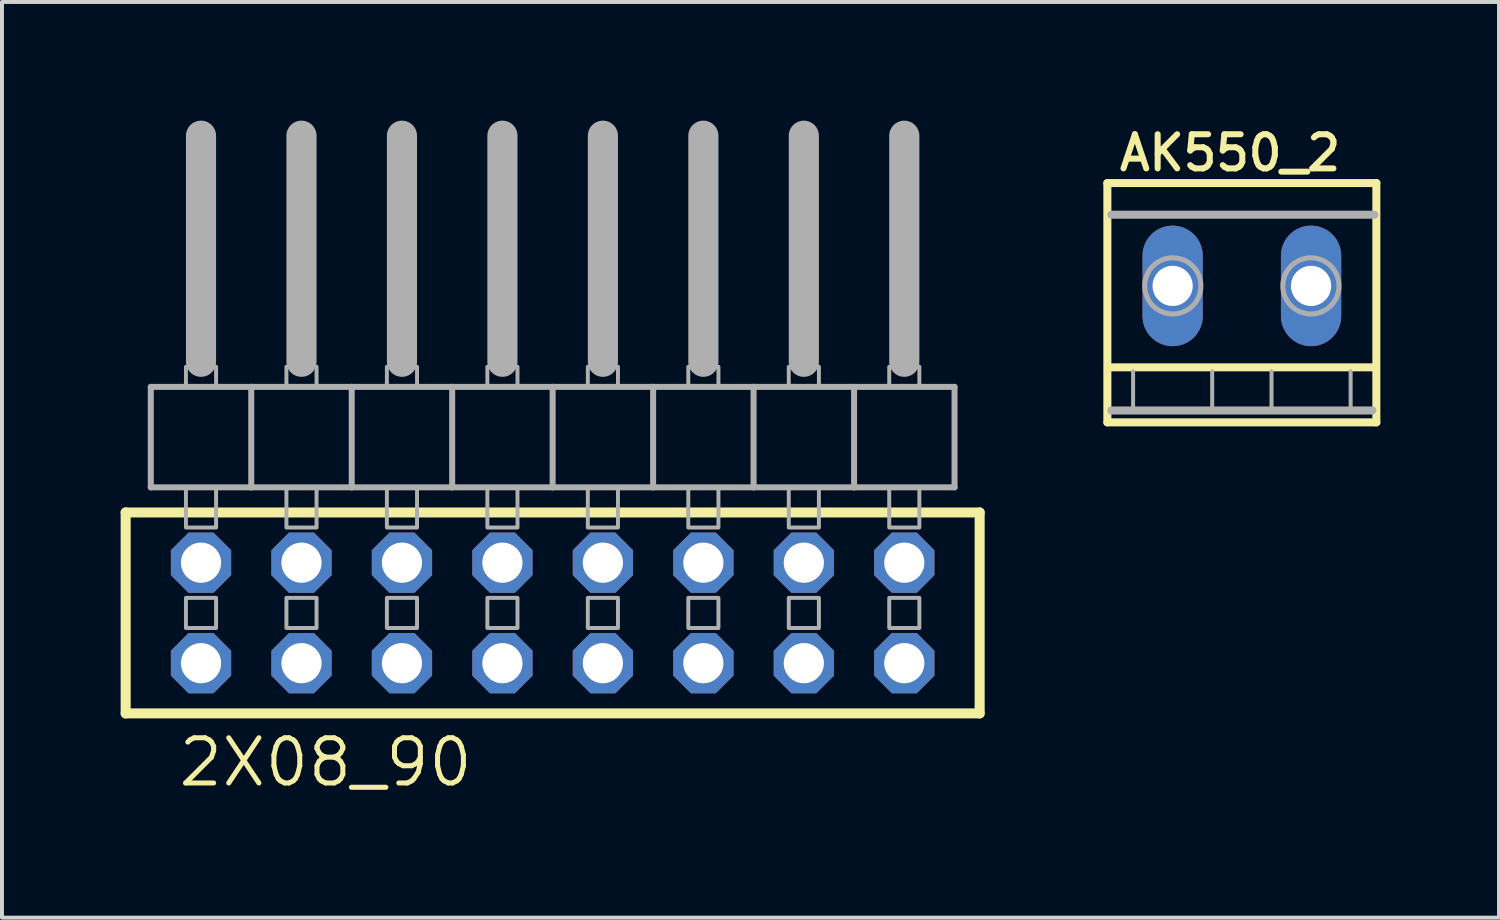
<source format=kicad_pcb>
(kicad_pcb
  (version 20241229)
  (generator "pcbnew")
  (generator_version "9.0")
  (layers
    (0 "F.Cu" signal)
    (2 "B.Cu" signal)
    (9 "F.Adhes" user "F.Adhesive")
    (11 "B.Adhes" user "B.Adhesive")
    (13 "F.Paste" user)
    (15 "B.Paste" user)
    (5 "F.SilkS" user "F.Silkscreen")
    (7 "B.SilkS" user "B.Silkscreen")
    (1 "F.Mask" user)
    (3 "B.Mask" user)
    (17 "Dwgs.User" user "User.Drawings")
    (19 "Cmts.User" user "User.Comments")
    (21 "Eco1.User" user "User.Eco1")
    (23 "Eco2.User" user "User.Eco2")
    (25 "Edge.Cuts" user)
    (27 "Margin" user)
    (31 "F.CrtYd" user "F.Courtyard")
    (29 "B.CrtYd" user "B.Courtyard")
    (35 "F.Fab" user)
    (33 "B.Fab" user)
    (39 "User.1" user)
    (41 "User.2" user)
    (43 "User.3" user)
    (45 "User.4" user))
  (footprint "AK550_2"
    (layer "F.Cu")
    (at 28.346 4.178)
    (property "Reference" "AK550_2" (at -3.175 -2.857 0) (unlocked yes) (layer "F.SilkS") (effects (font (size 0.864 0.864) (thickness 0.152)) (justify left bottom)))
    (fp_line (start -3.4 -2.6) (end 3.4 -2.6) (stroke (width 0.203) (type solid)) (layer "F.SilkS"))
    (fp_line (start -3.4 3.45) (end -3.4 -2.6) (stroke (width 0.203) (type solid)) (layer "F.SilkS"))
    (fp_line (start 3.3 2.059) (end -3.3 2.059) (stroke (width 0.203) (type solid)) (layer "F.SilkS"))
    (fp_line (start 3.4 -2.6) (end 3.4 3.45) (stroke (width 0.203) (type solid)) (layer "F.SilkS"))
    (fp_line (start 3.4 3.45) (end -3.4 3.45) (stroke (width 0.203) (type solid)) (layer "F.SilkS"))
    (fp_line (start -3.3 3.15) (end 3.3 3.15) (stroke (width 0.203) (type solid)) (layer "F.Fab"))
    (fp_line (start -2.75 2.159) (end -2.75 3.159) (stroke (width 0.102) (type solid)) (layer "F.Fab"))
    (fp_line (start -0.75 2.159) (end -0.75 3.159) (stroke (width 0.102) (type solid)) (layer "F.Fab"))
    (fp_line (start 0.75 2.159) (end 0.75 3.159) (stroke (width 0.102) (type solid)) (layer "F.Fab"))
    (fp_line (start 2.75 2.159) (end 2.75 3.159) (stroke (width 0.102) (type solid)) (layer "F.Fab"))
    (fp_line (start 3.35 -1.8) (end -3.3 -1.8) (stroke (width 0.203) (type solid)) (layer "F.Fab"))
    (fp_circle (center -1.746 0) (end -1.036 0) (stroke (width 0.127) (type solid)) (fill no) (layer "F.Fab"))
    (fp_circle (center 1.746 0) (end 2.456 0) (stroke (width 0.127) (type solid)) (fill no) (layer "F.Fab"))
    (pad "1" thru_hole oval (at -1.75 0 90) (size 3.048 1.524) (drill 1.016) (layers "*.Cu" "*.Mask"))
    (pad "2" thru_hole oval (at 1.75 0 90) (size 3.048 1.524) (drill 1.016) (layers "*.Cu" "*.Mask")))
  (footprint "2X08_90"
    (layer "F.Cu")
    (at 10.922 7.366)
    (property "Reference" "2X08_90" (at -9.525 9.525 0) (unlocked yes) (layer "F.SilkS") (effects (font (size 1.143 1.143) (thickness 0.127)) (justify left bottom)))
    (fp_line (start -10.795 2.54) (end 10.795 2.54) (stroke (width 0.254) (type solid)) (layer "F.SilkS"))
    (fp_line (start -10.795 7.62) (end -10.795 2.54) (stroke (width 0.254) (type solid)) (layer "F.SilkS"))
    (fp_line (start 10.795 2.54) (end 10.795 7.62) (stroke (width 0.254) (type solid)) (layer "F.SilkS"))
    (fp_line (start 10.795 7.62) (end -10.795 7.62) (stroke (width 0.254) (type solid)) (layer "F.SilkS"))
    (fp_line (start -10.16 -0.635) (end -10.16 1.905) (stroke (width 0.152) (type solid)) (layer "F.Fab"))
    (fp_line (start -10.16 1.905) (end -7.62 1.905) (stroke (width 0.152) (type solid)) (layer "F.Fab"))
    (fp_line (start -8.89 -6.985) (end -8.89 -1.27) (stroke (width 0.762) (type solid)) (layer "F.Fab"))
    (fp_line (start -7.62 -0.635) (end -10.16 -0.635) (stroke (width 0.152) (type solid)) (layer "F.Fab"))
    (fp_line (start -7.62 1.905) (end -7.62 -0.635) (stroke (width 0.152) (type solid)) (layer "F.Fab"))
    (fp_line (start -7.62 1.905) (end -5.08 1.905) (stroke (width 0.152) (type solid)) (layer "F.Fab"))
    (fp_line (start -6.35 -6.985) (end -6.35 -1.27) (stroke (width 0.762) (type solid)) (layer "F.Fab"))
    (fp_line (start -5.08 -0.635) (end -7.62 -0.635) (stroke (width 0.152) (type solid)) (layer "F.Fab"))
    (fp_line (start -5.08 1.905) (end -5.08 -0.635) (stroke (width 0.152) (type solid)) (layer "F.Fab"))
    (fp_line (start -5.08 1.905) (end -2.54 1.905) (stroke (width 0.152) (type solid)) (layer "F.Fab"))
    (fp_line (start -3.81 -6.985) (end -3.81 -1.27) (stroke (width 0.762) (type solid)) (layer "F.Fab"))
    (fp_line (start -2.54 -0.635) (end -5.08 -0.635) (stroke (width 0.152) (type solid)) (layer "F.Fab"))
    (fp_line (start -2.54 1.905) (end -2.54 -0.635) (stroke (width 0.152) (type solid)) (layer "F.Fab"))
    (fp_line (start -2.54 1.905) (end 0 1.905) (stroke (width 0.152) (type solid)) (layer "F.Fab"))
    (fp_line (start -1.27 -6.985) (end -1.27 -1.27) (stroke (width 0.762) (type solid)) (layer "F.Fab"))
    (fp_line (start 0 -0.635) (end -2.54 -0.635) (stroke (width 0.152) (type solid)) (layer "F.Fab"))
    (fp_line (start 0 1.905) (end 0 -0.635) (stroke (width 0.152) (type solid)) (layer "F.Fab"))
    (fp_line (start 0 1.905) (end 2.54 1.905) (stroke (width 0.152) (type solid)) (layer "F.Fab"))
    (fp_line (start 1.27 -6.985) (end 1.27 -1.27) (stroke (width 0.762) (type solid)) (layer "F.Fab"))
    (fp_line (start 2.54 -0.635) (end 0 -0.635) (stroke (width 0.152) (type solid)) (layer "F.Fab"))
    (fp_line (start 2.54 1.905) (end 2.54 -0.635) (stroke (width 0.152) (type solid)) (layer "F.Fab"))
    (fp_line (start 2.54 1.905) (end 5.08 1.905) (stroke (width 0.152) (type solid)) (layer "F.Fab"))
    (fp_line (start 3.81 -6.985) (end 3.81 -1.27) (stroke (width 0.762) (type solid)) (layer "F.Fab"))
    (fp_line (start 5.08 -0.635) (end 2.54 -0.635) (stroke (width 0.152) (type solid)) (layer "F.Fab"))
    (fp_line (start 5.08 1.905) (end 5.08 -0.635) (stroke (width 0.152) (type solid)) (layer "F.Fab"))
    (fp_line (start 5.08 1.905) (end 7.62 1.905) (stroke (width 0.152) (type solid)) (layer "F.Fab"))
    (fp_line (start 6.35 -6.985) (end 6.35 -1.27) (stroke (width 0.762) (type solid)) (layer "F.Fab"))
    (fp_line (start 7.62 -0.635) (end 5.08 -0.635) (stroke (width 0.152) (type solid)) (layer "F.Fab"))
    (fp_line (start 7.62 1.905) (end 7.62 -0.635) (stroke (width 0.152) (type solid)) (layer "F.Fab"))
    (fp_line (start 7.62 1.905) (end 10.16 1.905) (stroke (width 0.152) (type solid)) (layer "F.Fab"))
    (fp_line (start 8.89 -6.985) (end 8.89 -1.27) (stroke (width 0.762) (type solid)) (layer "F.Fab"))
    (fp_line (start 10.16 -0.635) (end 7.62 -0.635) (stroke (width 0.152) (type solid)) (layer "F.Fab"))
    (fp_line (start 10.16 1.905) (end 10.16 -0.635) (stroke (width 0.152) (type solid)) (layer "F.Fab"))
    (fp_poly (pts (xy -9.271 -0.635) (xy -8.509 -0.635) (xy -8.509 -1.143) (xy -9.271 -1.143)) (stroke (width 0.1) (type default)) (fill no) (layer "F.Fab"))
    (fp_poly (pts (xy -9.271 2.921) (xy -8.509 2.921) (xy -8.509 1.905) (xy -9.271 1.905)) (stroke (width 0.1) (type default)) (fill no) (layer "F.Fab"))
    (fp_poly (pts (xy -9.271 5.461) (xy -8.509 5.461) (xy -8.509 4.699) (xy -9.271 4.699)) (stroke (width 0.1) (type default)) (fill no) (layer "F.Fab"))
    (fp_poly (pts (xy -6.731 -0.635) (xy -5.969 -0.635) (xy -5.969 -1.143) (xy -6.731 -1.143)) (stroke (width 0.1) (type default)) (fill no) (layer "F.Fab"))
    (fp_poly (pts (xy -6.731 2.921) (xy -5.969 2.921) (xy -5.969 1.905) (xy -6.731 1.905)) (stroke (width 0.1) (type default)) (fill no) (layer "F.Fab"))
    (fp_poly (pts (xy -6.731 5.461) (xy -5.969 5.461) (xy -5.969 4.699) (xy -6.731 4.699)) (stroke (width 0.1) (type default)) (fill no) (layer "F.Fab"))
    (fp_poly (pts (xy -4.191 -0.635) (xy -3.429 -0.635) (xy -3.429 -1.143) (xy -4.191 -1.143)) (stroke (width 0.1) (type default)) (fill no) (layer "F.Fab"))
    (fp_poly (pts (xy -4.191 2.921) (xy -3.429 2.921) (xy -3.429 1.905) (xy -4.191 1.905)) (stroke (width 0.1) (type default)) (fill no) (layer "F.Fab"))
    (fp_poly (pts (xy -4.191 5.461) (xy -3.429 5.461) (xy -3.429 4.699) (xy -4.191 4.699)) (stroke (width 0.1) (type default)) (fill no) (layer "F.Fab"))
    (fp_poly (pts (xy -1.651 -0.635) (xy -0.889 -0.635) (xy -0.889 -1.143) (xy -1.651 -1.143)) (stroke (width 0.1) (type default)) (fill no) (layer "F.Fab"))
    (fp_poly (pts (xy -1.651 2.921) (xy -0.889 2.921) (xy -0.889 1.905) (xy -1.651 1.905)) (stroke (width 0.1) (type default)) (fill no) (layer "F.Fab"))
    (fp_poly (pts (xy -1.651 5.461) (xy -0.889 5.461) (xy -0.889 4.699) (xy -1.651 4.699)) (stroke (width 0.1) (type default)) (fill no) (layer "F.Fab"))
    (fp_poly (pts (xy 0.889 -0.635) (xy 1.651 -0.635) (xy 1.651 -1.143) (xy 0.889 -1.143)) (stroke (width 0.1) (type default)) (fill no) (layer "F.Fab"))
    (fp_poly (pts (xy 0.889 2.921) (xy 1.651 2.921) (xy 1.651 1.905) (xy 0.889 1.905)) (stroke (width 0.1) (type default)) (fill no) (layer "F.Fab"))
    (fp_poly (pts (xy 0.889 5.461) (xy 1.651 5.461) (xy 1.651 4.699) (xy 0.889 4.699)) (stroke (width 0.1) (type default)) (fill no) (layer "F.Fab"))
    (fp_poly (pts (xy 3.429 -0.635) (xy 4.191 -0.635) (xy 4.191 -1.143) (xy 3.429 -1.143)) (stroke (width 0.1) (type default)) (fill no) (layer "F.Fab"))
    (fp_poly (pts (xy 3.429 2.921) (xy 4.191 2.921) (xy 4.191 1.905) (xy 3.429 1.905)) (stroke (width 0.1) (type default)) (fill no) (layer "F.Fab"))
    (fp_poly (pts (xy 3.429 5.461) (xy 4.191 5.461) (xy 4.191 4.699) (xy 3.429 4.699)) (stroke (width 0.1) (type default)) (fill no) (layer "F.Fab"))
    (fp_poly (pts (xy 5.969 -0.635) (xy 6.731 -0.635) (xy 6.731 -1.143) (xy 5.969 -1.143)) (stroke (width 0.1) (type default)) (fill no) (layer "F.Fab"))
    (fp_poly (pts (xy 5.969 2.921) (xy 6.731 2.921) (xy 6.731 1.905) (xy 5.969 1.905)) (stroke (width 0.1) (type default)) (fill no) (layer "F.Fab"))
    (fp_poly (pts (xy 5.969 5.461) (xy 6.731 5.461) (xy 6.731 4.699) (xy 5.969 4.699)) (stroke (width 0.1) (type default)) (fill no) (layer "F.Fab"))
    (fp_poly (pts (xy 8.509 -0.635) (xy 9.271 -0.635) (xy 9.271 -1.143) (xy 8.509 -1.143)) (stroke (width 0.1) (type default)) (fill no) (layer "F.Fab"))
    (fp_poly (pts (xy 8.509 2.921) (xy 9.271 2.921) (xy 9.271 1.905) (xy 8.509 1.905)) (stroke (width 0.1) (type default)) (fill no) (layer "F.Fab"))
    (fp_poly (pts (xy 8.509 5.461) (xy 9.271 5.461) (xy 9.271 4.699) (xy 8.509 4.699)) (stroke (width 0.1) (type default)) (fill no) (layer "F.Fab"))
    (pad "1" thru_hole roundrect (at -8.89 6.35) (size 1.524 1.524) (drill 1.016) (layers "*.Cu" "*.Mask") (roundrect_rratio 0.25) (chamfer_ratio 0.293) (chamfer top_left top_right bottom_left bottom_right))
    (pad "2" thru_hole roundrect (at -8.89 3.81) (size 1.524 1.524) (drill 1.016) (layers "*.Cu" "*.Mask") (roundrect_rratio 0.25) (chamfer_ratio 0.293) (chamfer top_left top_right bottom_left bottom_right))
    (pad "3" thru_hole roundrect (at -6.35 6.35) (size 1.524 1.524) (drill 1.016) (layers "*.Cu" "*.Mask") (roundrect_rratio 0.25) (chamfer_ratio 0.293) (chamfer top_left top_right bottom_left bottom_right))
    (pad "4" thru_hole roundrect (at -6.35 3.81) (size 1.524 1.524) (drill 1.016) (layers "*.Cu" "*.Mask") (roundrect_rratio 0.25) (chamfer_ratio 0.293) (chamfer top_left top_right bottom_left bottom_right))
    (pad "5" thru_hole roundrect (at -3.81 6.35) (size 1.524 1.524) (drill 1.016) (layers "*.Cu" "*.Mask") (roundrect_rratio 0.25) (chamfer_ratio 0.293) (chamfer top_left top_right bottom_left bottom_right))
    (pad "6" thru_hole roundrect (at -3.81 3.81) (size 1.524 1.524) (drill 1.016) (layers "*.Cu" "*.Mask") (roundrect_rratio 0.25) (chamfer_ratio 0.293) (chamfer top_left top_right bottom_left bottom_right))
    (pad "7" thru_hole roundrect (at -1.27 6.35) (size 1.524 1.524) (drill 1.016) (layers "*.Cu" "*.Mask") (roundrect_rratio 0.25) (chamfer_ratio 0.293) (chamfer top_left top_right bottom_left bottom_right))
    (pad "8" thru_hole roundrect (at -1.27 3.81) (size 1.524 1.524) (drill 1.016) (layers "*.Cu" "*.Mask") (roundrect_rratio 0.25) (chamfer_ratio 0.293) (chamfer top_left top_right bottom_left bottom_right))
    (pad "9" thru_hole roundrect (at 1.27 6.35) (size 1.524 1.524) (drill 1.016) (layers "*.Cu" "*.Mask") (roundrect_rratio 0.25) (chamfer_ratio 0.293) (chamfer top_left top_right bottom_left bottom_right))
    (pad "10" thru_hole roundrect (at 1.27 3.81) (size 1.524 1.524) (drill 1.016) (layers "*.Cu" "*.Mask") (roundrect_rratio 0.25) (chamfer_ratio 0.293) (chamfer top_left top_right bottom_left bottom_right))
    (pad "11" thru_hole roundrect (at 3.81 6.35) (size 1.524 1.524) (drill 1.016) (layers "*.Cu" "*.Mask") (roundrect_rratio 0.25) (chamfer_ratio 0.293) (chamfer top_left top_right bottom_left bottom_right))
    (pad "12" thru_hole roundrect (at 3.81 3.81) (size 1.524 1.524) (drill 1.016) (layers "*.Cu" "*.Mask") (roundrect_rratio 0.25) (chamfer_ratio 0.293) (chamfer top_left top_right bottom_left bottom_right))
    (pad "13" thru_hole roundrect (at 6.35 6.35) (size 1.524 1.524) (drill 1.016) (layers "*.Cu" "*.Mask") (roundrect_rratio 0.25) (chamfer_ratio 0.293) (chamfer top_left top_right bottom_left bottom_right))
    (pad "14" thru_hole roundrect (at 6.35 3.81) (size 1.524 1.524) (drill 1.016) (layers "*.Cu" "*.Mask") (roundrect_rratio 0.25) (chamfer_ratio 0.293) (chamfer top_left top_right bottom_left bottom_right))
    (pad "15" thru_hole roundrect (at 8.89 6.35) (size 1.524 1.524) (drill 1.016) (layers "*.Cu" "*.Mask") (roundrect_rratio 0.25) (chamfer_ratio 0.293) (chamfer top_left top_right bottom_left bottom_right))
    (pad "16" thru_hole roundrect (at 8.89 3.81) (size 1.524 1.524) (drill 1.016) (layers "*.Cu" "*.Mask") (roundrect_rratio 0.25) (chamfer_ratio 0.293) (chamfer top_left top_right bottom_left bottom_right)))
  (gr_rect
    (start -3 -3)
    (end 34.847 20.15)
    (stroke (width 0.1) (type default))
    (fill no)
    (layer "Edge.Cuts")))
</source>
